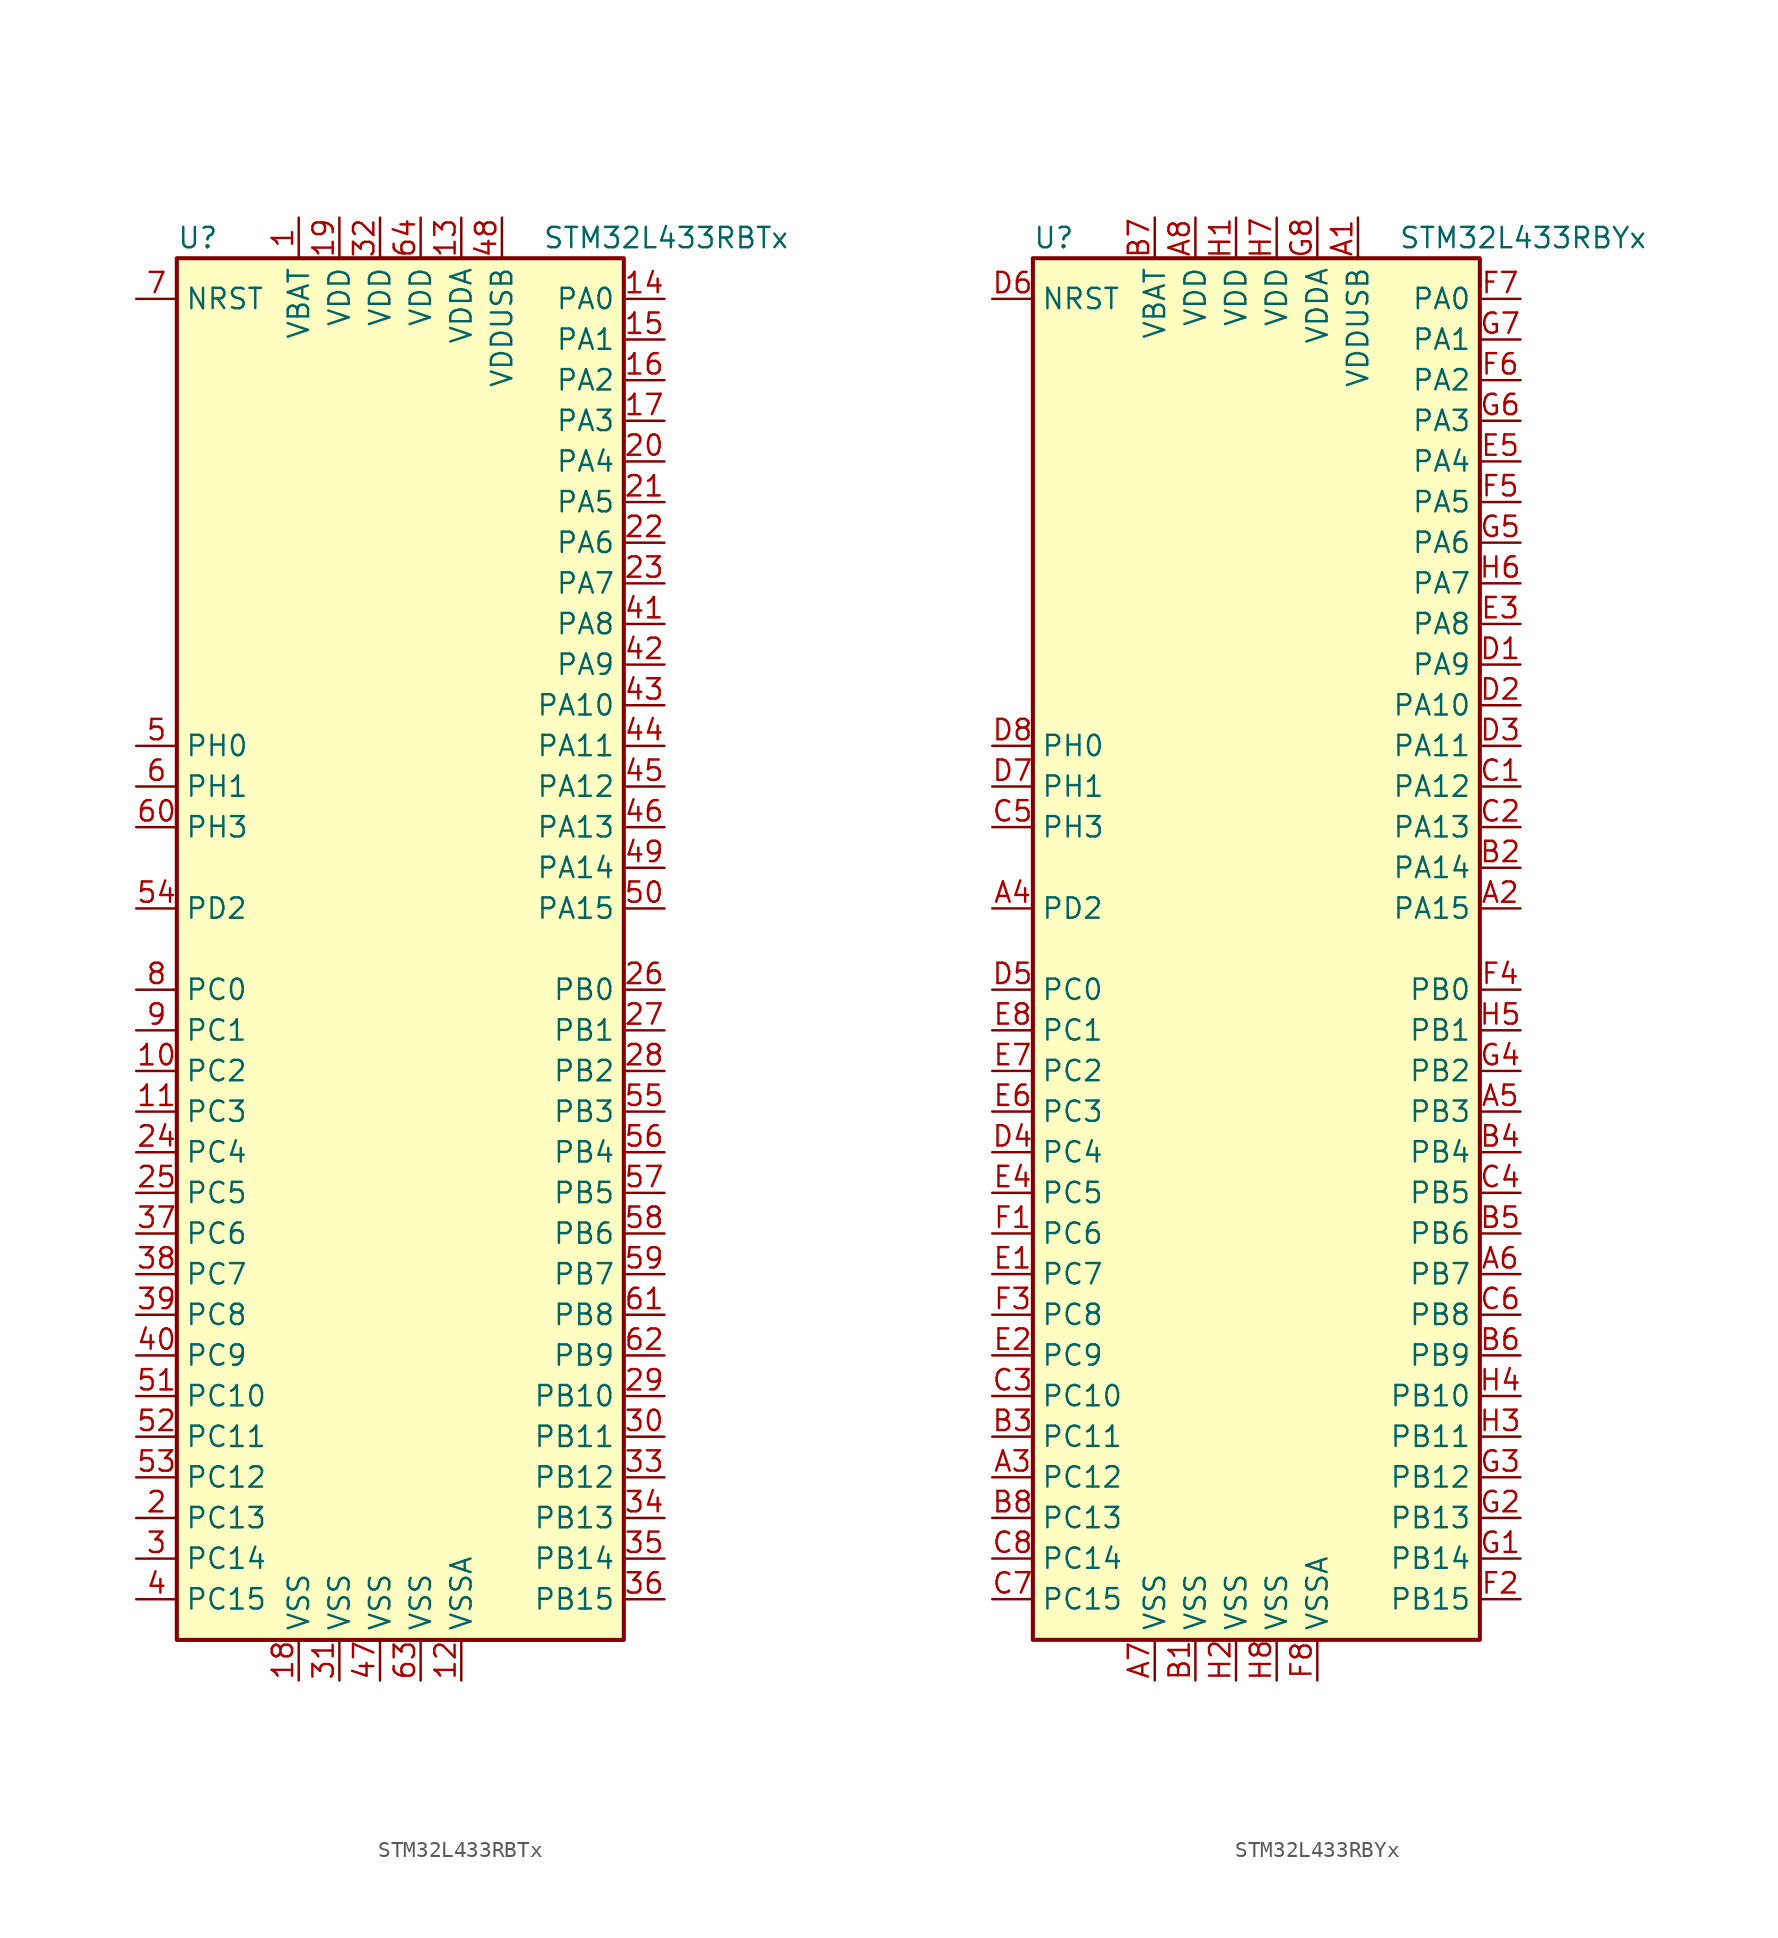
<source format=kicad_sym>
(kicad_symbol_lib
  (version 20220914)
  (generator kicad_symbol_editor)
  (symbol "STM32L433RBTx"
    (property "Reference" "U"
      (at -15.24 44.45 0)
      (effects (font (size 1.27 1.27)) (justify left)))
    (property "Value" "STM32L433RBTx"
      (at 7.62 44.45 0)
      (effects (font (size 1.27 1.27)) (justify left)))
    (symbol "STM32L433RBTx_0_1"
      (rectangle (start -15.24 -43.18) (end 12.7 43.18) (stroke (width 0.254) (type default)) (fill (type background))))
    (symbol "STM32L433RBTx_1_1"
      (pin power_in line (at -7.62 45.72 270) (length 2.54) (name "VBAT" (effects (font (size 1.27 1.27)))) (number "1" (effects (font (size 1.27 1.27)))))
      (pin bidirectional line (at -17.78 -7.62 0) (length 2.54) (name "PC2" (effects (font (size 1.27 1.27)))) (number "10" (effects (font (size 1.27 1.27)))))
      (pin bidirectional line (at -17.78 -10.16 0) (length 2.54) (name "PC3" (effects (font (size 1.27 1.27)))) (number "11" (effects (font (size 1.27 1.27)))))
      (pin power_in line (at 2.54 -45.72 90) (length 2.54) (name "VSSA" (effects (font (size 1.27 1.27)))) (number "12" (effects (font (size 1.27 1.27)))))
      (pin power_in line (at 2.54 45.72 270) (length 2.54) (name "VDDA" (effects (font (size 1.27 1.27)))) (number "13" (effects (font (size 1.27 1.27)))))
      (pin bidirectional line (at 15.24 40.64 180) (length 2.54) (name "PA0" (effects (font (size 1.27 1.27)))) (number "14" (effects (font (size 1.27 1.27)))))
      (pin bidirectional line (at 15.24 38.1 180) (length 2.54) (name "PA1" (effects (font (size 1.27 1.27)))) (number "15" (effects (font (size 1.27 1.27)))))
      (pin bidirectional line (at 15.24 35.56 180) (length 2.54) (name "PA2" (effects (font (size 1.27 1.27)))) (number "16" (effects (font (size 1.27 1.27)))))
      (pin bidirectional line (at 15.24 33.02 180) (length 2.54) (name "PA3" (effects (font (size 1.27 1.27)))) (number "17" (effects (font (size 1.27 1.27)))))
      (pin power_in line (at -7.62 -45.72 90) (length 2.54) (name "VSS" (effects (font (size 1.27 1.27)))) (number "18" (effects (font (size 1.27 1.27)))))
      (pin power_in line (at -5.08 45.72 270) (length 2.54) (name "VDD" (effects (font (size 1.27 1.27)))) (number "19" (effects (font (size 1.27 1.27)))))
      (pin bidirectional line (at -17.78 -35.56 0) (length 2.54) (name "PC13" (effects (font (size 1.27 1.27)))) (number "2" (effects (font (size 1.27 1.27)))))
      (pin bidirectional line (at 15.24 30.48 180) (length 2.54) (name "PA4" (effects (font (size 1.27 1.27)))) (number "20" (effects (font (size 1.27 1.27)))))
      (pin bidirectional line (at 15.24 27.94 180) (length 2.54) (name "PA5" (effects (font (size 1.27 1.27)))) (number "21" (effects (font (size 1.27 1.27)))))
      (pin bidirectional line (at 15.24 25.4 180) (length 2.54) (name "PA6" (effects (font (size 1.27 1.27)))) (number "22" (effects (font (size 1.27 1.27)))))
      (pin bidirectional line (at 15.24 22.86 180) (length 2.54) (name "PA7" (effects (font (size 1.27 1.27)))) (number "23" (effects (font (size 1.27 1.27)))))
      (pin bidirectional line (at -17.78 -12.7 0) (length 2.54) (name "PC4" (effects (font (size 1.27 1.27)))) (number "24" (effects (font (size 1.27 1.27)))))
      (pin bidirectional line (at -17.78 -15.24 0) (length 2.54) (name "PC5" (effects (font (size 1.27 1.27)))) (number "25" (effects (font (size 1.27 1.27)))))
      (pin bidirectional line (at 15.24 -2.54 180) (length 2.54) (name "PB0" (effects (font (size 1.27 1.27)))) (number "26" (effects (font (size 1.27 1.27)))))
      (pin bidirectional line (at 15.24 -5.08 180) (length 2.54) (name "PB1" (effects (font (size 1.27 1.27)))) (number "27" (effects (font (size 1.27 1.27)))))
      (pin bidirectional line (at 15.24 -7.62 180) (length 2.54) (name "PB2" (effects (font (size 1.27 1.27)))) (number "28" (effects (font (size 1.27 1.27)))))
      (pin bidirectional line (at 15.24 -27.94 180) (length 2.54) (name "PB10" (effects (font (size 1.27 1.27)))) (number "29" (effects (font (size 1.27 1.27)))))
      (pin bidirectional line (at -17.78 -38.1 0) (length 2.54) (name "PC14" (effects (font (size 1.27 1.27)))) (number "3" (effects (font (size 1.27 1.27)))))
      (pin bidirectional line (at 15.24 -30.48 180) (length 2.54) (name "PB11" (effects (font (size 1.27 1.27)))) (number "30" (effects (font (size 1.27 1.27)))))
      (pin power_in line (at -5.08 -45.72 90) (length 2.54) (name "VSS" (effects (font (size 1.27 1.27)))) (number "31" (effects (font (size 1.27 1.27)))))
      (pin power_in line (at -2.54 45.72 270) (length 2.54) (name "VDD" (effects (font (size 1.27 1.27)))) (number "32" (effects (font (size 1.27 1.27)))))
      (pin bidirectional line (at 15.24 -33.02 180) (length 2.54) (name "PB12" (effects (font (size 1.27 1.27)))) (number "33" (effects (font (size 1.27 1.27)))))
      (pin bidirectional line (at 15.24 -35.56 180) (length 2.54) (name "PB13" (effects (font (size 1.27 1.27)))) (number "34" (effects (font (size 1.27 1.27)))))
      (pin bidirectional line (at 15.24 -38.1 180) (length 2.54) (name "PB14" (effects (font (size 1.27 1.27)))) (number "35" (effects (font (size 1.27 1.27)))))
      (pin bidirectional line (at 15.24 -40.64 180) (length 2.54) (name "PB15" (effects (font (size 1.27 1.27)))) (number "36" (effects (font (size 1.27 1.27)))))
      (pin bidirectional line (at -17.78 -17.78 0) (length 2.54) (name "PC6" (effects (font (size 1.27 1.27)))) (number "37" (effects (font (size 1.27 1.27)))))
      (pin bidirectional line (at -17.78 -20.32 0) (length 2.54) (name "PC7" (effects (font (size 1.27 1.27)))) (number "38" (effects (font (size 1.27 1.27)))))
      (pin bidirectional line (at -17.78 -22.86 0) (length 2.54) (name "PC8" (effects (font (size 1.27 1.27)))) (number "39" (effects (font (size 1.27 1.27)))))
      (pin bidirectional line (at -17.78 -40.64 0) (length 2.54) (name "PC15" (effects (font (size 1.27 1.27)))) (number "4" (effects (font (size 1.27 1.27)))))
      (pin bidirectional line (at -17.78 -25.4 0) (length 2.54) (name "PC9" (effects (font (size 1.27 1.27)))) (number "40" (effects (font (size 1.27 1.27)))))
      (pin bidirectional line (at 15.24 20.32 180) (length 2.54) (name "PA8" (effects (font (size 1.27 1.27)))) (number "41" (effects (font (size 1.27 1.27)))))
      (pin bidirectional line (at 15.24 17.78 180) (length 2.54) (name "PA9" (effects (font (size 1.27 1.27)))) (number "42" (effects (font (size 1.27 1.27)))))
      (pin bidirectional line (at 15.24 15.24 180) (length 2.54) (name "PA10" (effects (font (size 1.27 1.27)))) (number "43" (effects (font (size 1.27 1.27)))))
      (pin bidirectional line (at 15.24 12.7 180) (length 2.54) (name "PA11" (effects (font (size 1.27 1.27)))) (number "44" (effects (font (size 1.27 1.27)))))
      (pin bidirectional line (at 15.24 10.16 180) (length 2.54) (name "PA12" (effects (font (size 1.27 1.27)))) (number "45" (effects (font (size 1.27 1.27)))))
      (pin bidirectional line (at 15.24 7.62 180) (length 2.54) (name "PA13" (effects (font (size 1.27 1.27)))) (number "46" (effects (font (size 1.27 1.27)))))
      (pin power_in line (at -2.54 -45.72 90) (length 2.54) (name "VSS" (effects (font (size 1.27 1.27)))) (number "47" (effects (font (size 1.27 1.27)))))
      (pin power_in line (at 5.08 45.72 270) (length 2.54) (name "VDDUSB" (effects (font (size 1.27 1.27)))) (number "48" (effects (font (size 1.27 1.27)))))
      (pin bidirectional line (at 15.24 5.08 180) (length 2.54) (name "PA14" (effects (font (size 1.27 1.27)))) (number "49" (effects (font (size 1.27 1.27)))))
      (pin input line (at -17.78 12.7 0) (length 2.54) (name "PH0" (effects (font (size 1.27 1.27)))) (number "5" (effects (font (size 1.27 1.27)))))
      (pin bidirectional line (at 15.24 2.54 180) (length 2.54) (name "PA15" (effects (font (size 1.27 1.27)))) (number "50" (effects (font (size 1.27 1.27)))))
      (pin bidirectional line (at -17.78 -27.94 0) (length 2.54) (name "PC10" (effects (font (size 1.27 1.27)))) (number "51" (effects (font (size 1.27 1.27)))))
      (pin bidirectional line (at -17.78 -30.48 0) (length 2.54) (name "PC11" (effects (font (size 1.27 1.27)))) (number "52" (effects (font (size 1.27 1.27)))))
      (pin bidirectional line (at -17.78 -33.02 0) (length 2.54) (name "PC12" (effects (font (size 1.27 1.27)))) (number "53" (effects (font (size 1.27 1.27)))))
      (pin bidirectional line (at -17.78 2.54 0) (length 2.54) (name "PD2" (effects (font (size 1.27 1.27)))) (number "54" (effects (font (size 1.27 1.27)))))
      (pin bidirectional line (at 15.24 -10.16 180) (length 2.54) (name "PB3" (effects (font (size 1.27 1.27)))) (number "55" (effects (font (size 1.27 1.27)))))
      (pin bidirectional line (at 15.24 -12.7 180) (length 2.54) (name "PB4" (effects (font (size 1.27 1.27)))) (number "56" (effects (font (size 1.27 1.27)))))
      (pin bidirectional line (at 15.24 -15.24 180) (length 2.54) (name "PB5" (effects (font (size 1.27 1.27)))) (number "57" (effects (font (size 1.27 1.27)))))
      (pin bidirectional line (at 15.24 -17.78 180) (length 2.54) (name "PB6" (effects (font (size 1.27 1.27)))) (number "58" (effects (font (size 1.27 1.27)))))
      (pin bidirectional line (at 15.24 -20.32 180) (length 2.54) (name "PB7" (effects (font (size 1.27 1.27)))) (number "59" (effects (font (size 1.27 1.27)))))
      (pin input line (at -17.78 10.16 0) (length 2.54) (name "PH1" (effects (font (size 1.27 1.27)))) (number "6" (effects (font (size 1.27 1.27)))))
      (pin bidirectional line (at -17.78 7.62 0) (length 2.54) (name "PH3" (effects (font (size 1.27 1.27)))) (number "60" (effects (font (size 1.27 1.27)))))
      (pin bidirectional line (at 15.24 -22.86 180) (length 2.54) (name "PB8" (effects (font (size 1.27 1.27)))) (number "61" (effects (font (size 1.27 1.27)))))
      (pin bidirectional line (at 15.24 -25.4 180) (length 2.54) (name "PB9" (effects (font (size 1.27 1.27)))) (number "62" (effects (font (size 1.27 1.27)))))
      (pin power_in line (at 0 -45.72 90) (length 2.54) (name "VSS" (effects (font (size 1.27 1.27)))) (number "63" (effects (font (size 1.27 1.27)))))
      (pin power_in line (at 0 45.72 270) (length 2.54) (name "VDD" (effects (font (size 1.27 1.27)))) (number "64" (effects (font (size 1.27 1.27)))))
      (pin input line (at -17.78 40.64 0) (length 2.54) (name "NRST" (effects (font (size 1.27 1.27)))) (number "7" (effects (font (size 1.27 1.27)))))
      (pin bidirectional line (at -17.78 -2.54 0) (length 2.54) (name "PC0" (effects (font (size 1.27 1.27)))) (number "8" (effects (font (size 1.27 1.27)))))
      (pin bidirectional line (at -17.78 -5.08 0) (length 2.54) (name "PC1" (effects (font (size 1.27 1.27)))) (number "9" (effects (font (size 1.27 1.27)))))))
  (symbol "STM32L433RBYx"
    (property "Reference" "U"
      (at -15.24 44.45 0)
      (effects (font (size 1.27 1.27)) (justify left)))
    (property "Value" "STM32L433RBYx"
      (at 7.62 44.45 0)
      (effects (font (size 1.27 1.27)) (justify left)))
    (symbol "STM32L433RBYx_0_1"
      (rectangle (start -15.24 -43.18) (end 12.7 43.18) (stroke (width 0.254) (type default)) (fill (type background))))
    (symbol "STM32L433RBYx_1_1"
      (pin power_in line (at 5.08 45.72 270) (length 2.54) (name "VDDUSB" (effects (font (size 1.27 1.27)))) (number "A1" (effects (font (size 1.27 1.27)))))
      (pin bidirectional line (at 15.24 2.54 180) (length 2.54) (name "PA15" (effects (font (size 1.27 1.27)))) (number "A2" (effects (font (size 1.27 1.27)))))
      (pin bidirectional line (at -17.78 -33.02 0) (length 2.54) (name "PC12" (effects (font (size 1.27 1.27)))) (number "A3" (effects (font (size 1.27 1.27)))))
      (pin bidirectional line (at -17.78 2.54 0) (length 2.54) (name "PD2" (effects (font (size 1.27 1.27)))) (number "A4" (effects (font (size 1.27 1.27)))))
      (pin bidirectional line (at 15.24 -10.16 180) (length 2.54) (name "PB3" (effects (font (size 1.27 1.27)))) (number "A5" (effects (font (size 1.27 1.27)))))
      (pin bidirectional line (at 15.24 -20.32 180) (length 2.54) (name "PB7" (effects (font (size 1.27 1.27)))) (number "A6" (effects (font (size 1.27 1.27)))))
      (pin power_in line (at -7.62 -45.72 90) (length 2.54) (name "VSS" (effects (font (size 1.27 1.27)))) (number "A7" (effects (font (size 1.27 1.27)))))
      (pin power_in line (at -5.08 45.72 270) (length 2.54) (name "VDD" (effects (font (size 1.27 1.27)))) (number "A8" (effects (font (size 1.27 1.27)))))
      (pin power_in line (at -5.08 -45.72 90) (length 2.54) (name "VSS" (effects (font (size 1.27 1.27)))) (number "B1" (effects (font (size 1.27 1.27)))))
      (pin bidirectional line (at 15.24 5.08 180) (length 2.54) (name "PA14" (effects (font (size 1.27 1.27)))) (number "B2" (effects (font (size 1.27 1.27)))))
      (pin bidirectional line (at -17.78 -30.48 0) (length 2.54) (name "PC11" (effects (font (size 1.27 1.27)))) (number "B3" (effects (font (size 1.27 1.27)))))
      (pin bidirectional line (at 15.24 -12.7 180) (length 2.54) (name "PB4" (effects (font (size 1.27 1.27)))) (number "B4" (effects (font (size 1.27 1.27)))))
      (pin bidirectional line (at 15.24 -17.78 180) (length 2.54) (name "PB6" (effects (font (size 1.27 1.27)))) (number "B5" (effects (font (size 1.27 1.27)))))
      (pin bidirectional line (at 15.24 -25.4 180) (length 2.54) (name "PB9" (effects (font (size 1.27 1.27)))) (number "B6" (effects (font (size 1.27 1.27)))))
      (pin power_in line (at -7.62 45.72 270) (length 2.54) (name "VBAT" (effects (font (size 1.27 1.27)))) (number "B7" (effects (font (size 1.27 1.27)))))
      (pin bidirectional line (at -17.78 -35.56 0) (length 2.54) (name "PC13" (effects (font (size 1.27 1.27)))) (number "B8" (effects (font (size 1.27 1.27)))))
      (pin bidirectional line (at 15.24 10.16 180) (length 2.54) (name "PA12" (effects (font (size 1.27 1.27)))) (number "C1" (effects (font (size 1.27 1.27)))))
      (pin bidirectional line (at 15.24 7.62 180) (length 2.54) (name "PA13" (effects (font (size 1.27 1.27)))) (number "C2" (effects (font (size 1.27 1.27)))))
      (pin bidirectional line (at -17.78 -27.94 0) (length 2.54) (name "PC10" (effects (font (size 1.27 1.27)))) (number "C3" (effects (font (size 1.27 1.27)))))
      (pin bidirectional line (at 15.24 -15.24 180) (length 2.54) (name "PB5" (effects (font (size 1.27 1.27)))) (number "C4" (effects (font (size 1.27 1.27)))))
      (pin bidirectional line (at -17.78 7.62 0) (length 2.54) (name "PH3" (effects (font (size 1.27 1.27)))) (number "C5" (effects (font (size 1.27 1.27)))))
      (pin bidirectional line (at 15.24 -22.86 180) (length 2.54) (name "PB8" (effects (font (size 1.27 1.27)))) (number "C6" (effects (font (size 1.27 1.27)))))
      (pin bidirectional line (at -17.78 -40.64 0) (length 2.54) (name "PC15" (effects (font (size 1.27 1.27)))) (number "C7" (effects (font (size 1.27 1.27)))))
      (pin bidirectional line (at -17.78 -38.1 0) (length 2.54) (name "PC14" (effects (font (size 1.27 1.27)))) (number "C8" (effects (font (size 1.27 1.27)))))
      (pin bidirectional line (at 15.24 17.78 180) (length 2.54) (name "PA9" (effects (font (size 1.27 1.27)))) (number "D1" (effects (font (size 1.27 1.27)))))
      (pin bidirectional line (at 15.24 15.24 180) (length 2.54) (name "PA10" (effects (font (size 1.27 1.27)))) (number "D2" (effects (font (size 1.27 1.27)))))
      (pin bidirectional line (at 15.24 12.7 180) (length 2.54) (name "PA11" (effects (font (size 1.27 1.27)))) (number "D3" (effects (font (size 1.27 1.27)))))
      (pin bidirectional line (at -17.78 -12.7 0) (length 2.54) (name "PC4" (effects (font (size 1.27 1.27)))) (number "D4" (effects (font (size 1.27 1.27)))))
      (pin bidirectional line (at -17.78 -2.54 0) (length 2.54) (name "PC0" (effects (font (size 1.27 1.27)))) (number "D5" (effects (font (size 1.27 1.27)))))
      (pin input line (at -17.78 40.64 0) (length 2.54) (name "NRST" (effects (font (size 1.27 1.27)))) (number "D6" (effects (font (size 1.27 1.27)))))
      (pin input line (at -17.78 10.16 0) (length 2.54) (name "PH1" (effects (font (size 1.27 1.27)))) (number "D7" (effects (font (size 1.27 1.27)))))
      (pin input line (at -17.78 12.7 0) (length 2.54) (name "PH0" (effects (font (size 1.27 1.27)))) (number "D8" (effects (font (size 1.27 1.27)))))
      (pin bidirectional line (at -17.78 -20.32 0) (length 2.54) (name "PC7" (effects (font (size 1.27 1.27)))) (number "E1" (effects (font (size 1.27 1.27)))))
      (pin bidirectional line (at -17.78 -25.4 0) (length 2.54) (name "PC9" (effects (font (size 1.27 1.27)))) (number "E2" (effects (font (size 1.27 1.27)))))
      (pin bidirectional line (at 15.24 20.32 180) (length 2.54) (name "PA8" (effects (font (size 1.27 1.27)))) (number "E3" (effects (font (size 1.27 1.27)))))
      (pin bidirectional line (at -17.78 -15.24 0) (length 2.54) (name "PC5" (effects (font (size 1.27 1.27)))) (number "E4" (effects (font (size 1.27 1.27)))))
      (pin bidirectional line (at 15.24 30.48 180) (length 2.54) (name "PA4" (effects (font (size 1.27 1.27)))) (number "E5" (effects (font (size 1.27 1.27)))))
      (pin bidirectional line (at -17.78 -10.16 0) (length 2.54) (name "PC3" (effects (font (size 1.27 1.27)))) (number "E6" (effects (font (size 1.27 1.27)))))
      (pin bidirectional line (at -17.78 -7.62 0) (length 2.54) (name "PC2" (effects (font (size 1.27 1.27)))) (number "E7" (effects (font (size 1.27 1.27)))))
      (pin bidirectional line (at -17.78 -5.08 0) (length 2.54) (name "PC1" (effects (font (size 1.27 1.27)))) (number "E8" (effects (font (size 1.27 1.27)))))
      (pin bidirectional line (at -17.78 -17.78 0) (length 2.54) (name "PC6" (effects (font (size 1.27 1.27)))) (number "F1" (effects (font (size 1.27 1.27)))))
      (pin bidirectional line (at 15.24 -40.64 180) (length 2.54) (name "PB15" (effects (font (size 1.27 1.27)))) (number "F2" (effects (font (size 1.27 1.27)))))
      (pin bidirectional line (at -17.78 -22.86 0) (length 2.54) (name "PC8" (effects (font (size 1.27 1.27)))) (number "F3" (effects (font (size 1.27 1.27)))))
      (pin bidirectional line (at 15.24 -2.54 180) (length 2.54) (name "PB0" (effects (font (size 1.27 1.27)))) (number "F4" (effects (font (size 1.27 1.27)))))
      (pin bidirectional line (at 15.24 27.94 180) (length 2.54) (name "PA5" (effects (font (size 1.27 1.27)))) (number "F5" (effects (font (size 1.27 1.27)))))
      (pin bidirectional line (at 15.24 35.56 180) (length 2.54) (name "PA2" (effects (font (size 1.27 1.27)))) (number "F6" (effects (font (size 1.27 1.27)))))
      (pin bidirectional line (at 15.24 40.64 180) (length 2.54) (name "PA0" (effects (font (size 1.27 1.27)))) (number "F7" (effects (font (size 1.27 1.27)))))
      (pin power_in line (at 2.54 -45.72 90) (length 2.54) (name "VSSA" (effects (font (size 1.27 1.27)))) (number "F8" (effects (font (size 1.27 1.27)))))
      (pin bidirectional line (at 15.24 -38.1 180) (length 2.54) (name "PB14" (effects (font (size 1.27 1.27)))) (number "G1" (effects (font (size 1.27 1.27)))))
      (pin bidirectional line (at 15.24 -35.56 180) (length 2.54) (name "PB13" (effects (font (size 1.27 1.27)))) (number "G2" (effects (font (size 1.27 1.27)))))
      (pin bidirectional line (at 15.24 -33.02 180) (length 2.54) (name "PB12" (effects (font (size 1.27 1.27)))) (number "G3" (effects (font (size 1.27 1.27)))))
      (pin bidirectional line (at 15.24 -7.62 180) (length 2.54) (name "PB2" (effects (font (size 1.27 1.27)))) (number "G4" (effects (font (size 1.27 1.27)))))
      (pin bidirectional line (at 15.24 25.4 180) (length 2.54) (name "PA6" (effects (font (size 1.27 1.27)))) (number "G5" (effects (font (size 1.27 1.27)))))
      (pin bidirectional line (at 15.24 33.02 180) (length 2.54) (name "PA3" (effects (font (size 1.27 1.27)))) (number "G6" (effects (font (size 1.27 1.27)))))
      (pin bidirectional line (at 15.24 38.1 180) (length 2.54) (name "PA1" (effects (font (size 1.27 1.27)))) (number "G7" (effects (font (size 1.27 1.27)))))
      (pin power_in line (at 2.54 45.72 270) (length 2.54) (name "VDDA" (effects (font (size 1.27 1.27)))) (number "G8" (effects (font (size 1.27 1.27)))))
      (pin power_in line (at -2.54 45.72 270) (length 2.54) (name "VDD" (effects (font (size 1.27 1.27)))) (number "H1" (effects (font (size 1.27 1.27)))))
      (pin power_in line (at -2.54 -45.72 90) (length 2.54) (name "VSS" (effects (font (size 1.27 1.27)))) (number "H2" (effects (font (size 1.27 1.27)))))
      (pin bidirectional line (at 15.24 -30.48 180) (length 2.54) (name "PB11" (effects (font (size 1.27 1.27)))) (number "H3" (effects (font (size 1.27 1.27)))))
      (pin bidirectional line (at 15.24 -27.94 180) (length 2.54) (name "PB10" (effects (font (size 1.27 1.27)))) (number "H4" (effects (font (size 1.27 1.27)))))
      (pin bidirectional line (at 15.24 -5.08 180) (length 2.54) (name "PB1" (effects (font (size 1.27 1.27)))) (number "H5" (effects (font (size 1.27 1.27)))))
      (pin bidirectional line (at 15.24 22.86 180) (length 2.54) (name "PA7" (effects (font (size 1.27 1.27)))) (number "H6" (effects (font (size 1.27 1.27)))))
      (pin power_in line (at 0 45.72 270) (length 2.54) (name "VDD" (effects (font (size 1.27 1.27)))) (number "H7" (effects (font (size 1.27 1.27)))))
      (pin power_in line (at 0 -45.72 90) (length 2.54) (name "VSS" (effects (font (size 1.27 1.27)))) (number "H8" (effects (font (size 1.27 1.27))))))))
</source>
